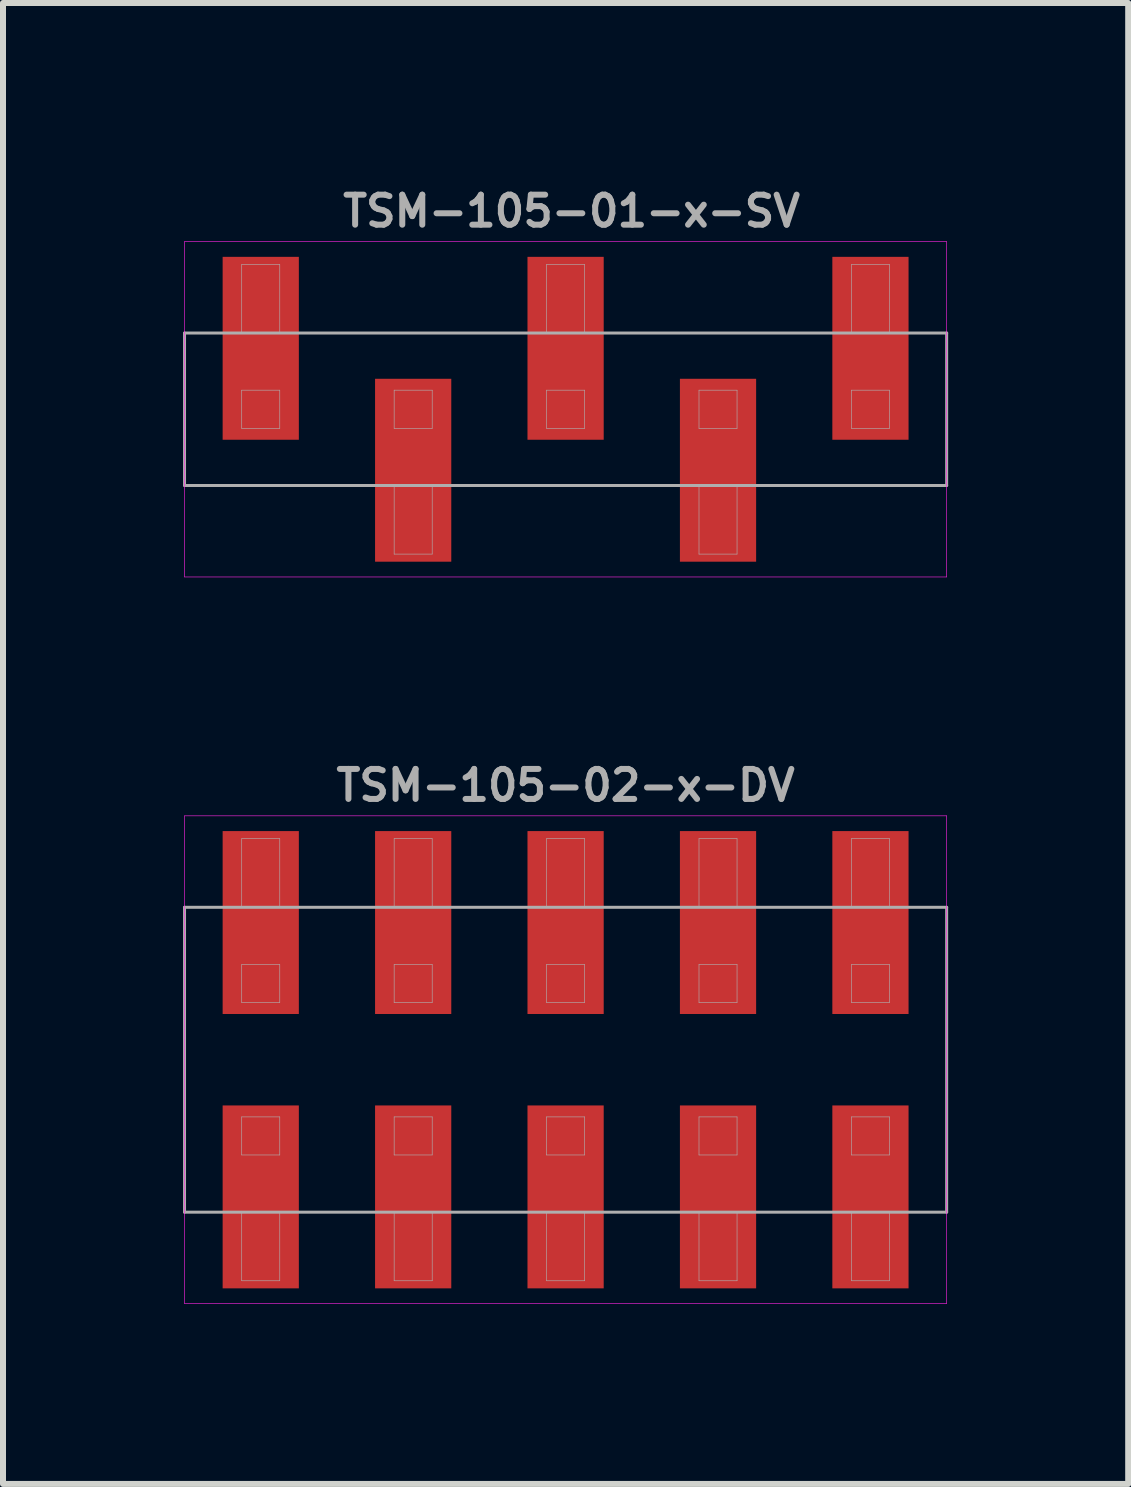
<source format=kicad_pcb>
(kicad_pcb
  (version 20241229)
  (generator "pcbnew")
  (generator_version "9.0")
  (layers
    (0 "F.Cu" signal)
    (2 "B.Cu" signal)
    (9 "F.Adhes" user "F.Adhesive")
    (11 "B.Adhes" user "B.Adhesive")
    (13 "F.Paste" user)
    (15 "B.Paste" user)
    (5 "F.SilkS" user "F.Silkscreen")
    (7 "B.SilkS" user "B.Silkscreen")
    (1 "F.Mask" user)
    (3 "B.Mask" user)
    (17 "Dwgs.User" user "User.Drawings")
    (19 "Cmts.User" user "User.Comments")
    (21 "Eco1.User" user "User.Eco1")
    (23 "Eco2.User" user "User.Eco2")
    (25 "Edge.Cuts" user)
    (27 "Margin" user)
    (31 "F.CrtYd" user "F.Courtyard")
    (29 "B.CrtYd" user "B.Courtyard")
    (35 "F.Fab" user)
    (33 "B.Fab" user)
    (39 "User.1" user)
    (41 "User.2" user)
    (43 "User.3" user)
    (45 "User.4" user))
  (footprint "TSM-105-02-x-DV"
    (layer "F.Cu")
    (at 6.375 14.609)
    (property "Reference" "TSM-105-02-x-DV" (at 0 -4.572 0) (layer "F.Fab") (effects (font (size 0.5 0.5) (thickness 0.1))))
    (attr smd)
    (fp_line (start -6.35 -4.064) (end -6.35 4.064) (stroke (width 0.01) (type solid)) (layer "F.CrtYd"))
    (fp_line (start -6.35 4.064) (end 6.35 4.064) (stroke (width 0.01) (type solid)) (layer "F.CrtYd"))
    (fp_line (start 6.35 -4.064) (end -6.35 -4.064) (stroke (width 0.01) (type solid)) (layer "F.CrtYd"))
    (fp_line (start 6.35 4.064) (end 6.35 -4.064) (stroke (width 0.01) (type solid)) (layer "F.CrtYd"))
    (fp_line (start -6.35 -2.54) (end 6.35 -2.54) (stroke (width 0.05) (type solid)) (layer "F.Fab"))
    (fp_line (start -6.35 2.54) (end -6.35 -2.54) (stroke (width 0.05) (type solid)) (layer "F.Fab"))
    (fp_line (start -5.397 -3.683) (end -4.763 -3.683) (stroke (width 0.01) (type solid)) (layer "F.Fab"))
    (fp_line (start -5.397 -2.54) (end -5.397 -3.683) (stroke (width 0.01) (type solid)) (layer "F.Fab"))
    (fp_line (start -5.397 -1.587) (end -5.397 -0.953) (stroke (width 0.01) (type solid)) (layer "F.Fab"))
    (fp_line (start -5.397 -0.953) (end -4.763 -0.953) (stroke (width 0.01) (type solid)) (layer "F.Fab"))
    (fp_line (start -5.397 0.953) (end -5.397 1.587) (stroke (width 0.01) (type solid)) (layer "F.Fab"))
    (fp_line (start -5.397 1.587) (end -4.763 1.587) (stroke (width 0.01) (type solid)) (layer "F.Fab"))
    (fp_line (start -5.397 3.683) (end -5.397 2.54) (stroke (width 0.01) (type solid)) (layer "F.Fab"))
    (fp_line (start -4.763 -3.683) (end -4.763 -2.54) (stroke (width 0.01) (type solid)) (layer "F.Fab"))
    (fp_line (start -4.763 -1.587) (end -5.397 -1.587) (stroke (width 0.01) (type solid)) (layer "F.Fab"))
    (fp_line (start -4.763 -0.953) (end -4.763 -1.587) (stroke (width 0.01) (type solid)) (layer "F.Fab"))
    (fp_line (start -4.763 0.953) (end -5.397 0.953) (stroke (width 0.01) (type solid)) (layer "F.Fab"))
    (fp_line (start -4.763 1.587) (end -4.763 0.953) (stroke (width 0.01) (type solid)) (layer "F.Fab"))
    (fp_line (start -4.763 2.54) (end -4.763 3.683) (stroke (width 0.01) (type solid)) (layer "F.Fab"))
    (fp_line (start -4.763 3.683) (end -5.397 3.683) (stroke (width 0.01) (type solid)) (layer "F.Fab"))
    (fp_line (start -2.857 -3.683) (end -2.223 -3.683) (stroke (width 0.01) (type solid)) (layer "F.Fab"))
    (fp_line (start -2.857 -2.54) (end -2.857 -3.683) (stroke (width 0.01) (type solid)) (layer "F.Fab"))
    (fp_line (start -2.857 -1.587) (end -2.857 -0.953) (stroke (width 0.01) (type solid)) (layer "F.Fab"))
    (fp_line (start -2.857 -0.953) (end -2.223 -0.953) (stroke (width 0.01) (type solid)) (layer "F.Fab"))
    (fp_line (start -2.857 0.953) (end -2.857 1.587) (stroke (width 0.01) (type solid)) (layer "F.Fab"))
    (fp_line (start -2.857 1.587) (end -2.223 1.587) (stroke (width 0.01) (type solid)) (layer "F.Fab"))
    (fp_line (start -2.857 3.683) (end -2.857 2.54) (stroke (width 0.01) (type solid)) (layer "F.Fab"))
    (fp_line (start -2.223 -3.683) (end -2.223 -2.54) (stroke (width 0.01) (type solid)) (layer "F.Fab"))
    (fp_line (start -2.223 -1.587) (end -2.857 -1.587) (stroke (width 0.01) (type solid)) (layer "F.Fab"))
    (fp_line (start -2.223 -0.953) (end -2.223 -1.587) (stroke (width 0.01) (type solid)) (layer "F.Fab"))
    (fp_line (start -2.223 0.953) (end -2.857 0.953) (stroke (width 0.01) (type solid)) (layer "F.Fab"))
    (fp_line (start -2.223 1.587) (end -2.223 0.953) (stroke (width 0.01) (type solid)) (layer "F.Fab"))
    (fp_line (start -2.223 2.54) (end -2.223 3.683) (stroke (width 0.01) (type solid)) (layer "F.Fab"))
    (fp_line (start -2.223 3.683) (end -2.857 3.683) (stroke (width 0.01) (type solid)) (layer "F.Fab"))
    (fp_line (start -0.318 -3.683) (end 0.318 -3.683) (stroke (width 0.01) (type solid)) (layer "F.Fab"))
    (fp_line (start -0.318 -2.54) (end -0.318 -3.683) (stroke (width 0.01) (type solid)) (layer "F.Fab"))
    (fp_line (start -0.318 -1.587) (end -0.318 -0.953) (stroke (width 0.01) (type solid)) (layer "F.Fab"))
    (fp_line (start -0.318 -0.953) (end 0.318 -0.953) (stroke (width 0.01) (type solid)) (layer "F.Fab"))
    (fp_line (start -0.318 0.953) (end -0.318 1.587) (stroke (width 0.01) (type solid)) (layer "F.Fab"))
    (fp_line (start -0.318 1.587) (end 0.318 1.587) (stroke (width 0.01) (type solid)) (layer "F.Fab"))
    (fp_line (start -0.318 3.683) (end -0.318 2.54) (stroke (width 0.01) (type solid)) (layer "F.Fab"))
    (fp_line (start 0.318 -3.683) (end 0.318 -2.54) (stroke (width 0.01) (type solid)) (layer "F.Fab"))
    (fp_line (start 0.318 -1.587) (end -0.318 -1.587) (stroke (width 0.01) (type solid)) (layer "F.Fab"))
    (fp_line (start 0.318 -0.953) (end 0.318 -1.587) (stroke (width 0.01) (type solid)) (layer "F.Fab"))
    (fp_line (start 0.318 0.953) (end -0.318 0.953) (stroke (width 0.01) (type solid)) (layer "F.Fab"))
    (fp_line (start 0.318 1.587) (end 0.318 0.953) (stroke (width 0.01) (type solid)) (layer "F.Fab"))
    (fp_line (start 0.318 2.54) (end 0.318 3.683) (stroke (width 0.01) (type solid)) (layer "F.Fab"))
    (fp_line (start 0.318 3.683) (end -0.318 3.683) (stroke (width 0.01) (type solid)) (layer "F.Fab"))
    (fp_line (start 2.223 -3.683) (end 2.857 -3.683) (stroke (width 0.01) (type solid)) (layer "F.Fab"))
    (fp_line (start 2.223 -2.54) (end 2.223 -3.683) (stroke (width 0.01) (type solid)) (layer "F.Fab"))
    (fp_line (start 2.223 -1.587) (end 2.223 -0.953) (stroke (width 0.01) (type solid)) (layer "F.Fab"))
    (fp_line (start 2.223 -0.953) (end 2.857 -0.953) (stroke (width 0.01) (type solid)) (layer "F.Fab"))
    (fp_line (start 2.223 0.953) (end 2.223 1.587) (stroke (width 0.01) (type solid)) (layer "F.Fab"))
    (fp_line (start 2.223 1.587) (end 2.857 1.587) (stroke (width 0.01) (type solid)) (layer "F.Fab"))
    (fp_line (start 2.223 3.683) (end 2.223 2.54) (stroke (width 0.01) (type solid)) (layer "F.Fab"))
    (fp_line (start 2.857 -3.683) (end 2.857 -2.54) (stroke (width 0.01) (type solid)) (layer "F.Fab"))
    (fp_line (start 2.857 -1.587) (end 2.223 -1.587) (stroke (width 0.01) (type solid)) (layer "F.Fab"))
    (fp_line (start 2.857 -0.953) (end 2.857 -1.587) (stroke (width 0.01) (type solid)) (layer "F.Fab"))
    (fp_line (start 2.857 0.953) (end 2.223 0.953) (stroke (width 0.01) (type solid)) (layer "F.Fab"))
    (fp_line (start 2.857 1.587) (end 2.857 0.953) (stroke (width 0.01) (type solid)) (layer "F.Fab"))
    (fp_line (start 2.857 2.54) (end 2.857 3.683) (stroke (width 0.01) (type solid)) (layer "F.Fab"))
    (fp_line (start 2.857 3.683) (end 2.223 3.683) (stroke (width 0.01) (type solid)) (layer "F.Fab"))
    (fp_line (start 4.763 -3.683) (end 5.397 -3.683) (stroke (width 0.01) (type solid)) (layer "F.Fab"))
    (fp_line (start 4.763 -2.54) (end 4.763 -3.683) (stroke (width 0.01) (type solid)) (layer "F.Fab"))
    (fp_line (start 4.763 -1.587) (end 4.763 -0.953) (stroke (width 0.01) (type solid)) (layer "F.Fab"))
    (fp_line (start 4.763 -0.953) (end 5.397 -0.953) (stroke (width 0.01) (type solid)) (layer "F.Fab"))
    (fp_line (start 4.763 0.953) (end 4.763 1.587) (stroke (width 0.01) (type solid)) (layer "F.Fab"))
    (fp_line (start 4.763 1.587) (end 5.397 1.587) (stroke (width 0.01) (type solid)) (layer "F.Fab"))
    (fp_line (start 4.763 3.683) (end 4.763 2.54) (stroke (width 0.01) (type solid)) (layer "F.Fab"))
    (fp_line (start 5.397 -3.683) (end 5.397 -2.54) (stroke (width 0.01) (type solid)) (layer "F.Fab"))
    (fp_line (start 5.397 -1.587) (end 4.763 -1.587) (stroke (width 0.01) (type solid)) (layer "F.Fab"))
    (fp_line (start 5.397 -0.953) (end 5.397 -1.587) (stroke (width 0.01) (type solid)) (layer "F.Fab"))
    (fp_line (start 5.397 0.953) (end 4.763 0.953) (stroke (width 0.01) (type solid)) (layer "F.Fab"))
    (fp_line (start 5.397 1.587) (end 5.397 0.953) (stroke (width 0.01) (type solid)) (layer "F.Fab"))
    (fp_line (start 5.397 2.54) (end 5.397 3.683) (stroke (width 0.01) (type solid)) (layer "F.Fab"))
    (fp_line (start 5.397 3.683) (end 4.763 3.683) (stroke (width 0.01) (type solid)) (layer "F.Fab"))
    (fp_line (start 6.35 -2.54) (end 6.35 2.54) (stroke (width 0.05) (type solid)) (layer "F.Fab"))
    (fp_line (start 6.35 2.54) (end -6.35 2.54) (stroke (width 0.05) (type solid)) (layer "F.Fab"))
    (pad "1" smd rect (at -5.08 2.286) (size 1.27 3.048) (layers "F.Cu" "F.Mask" "F.Paste"))
    (pad "2" smd rect (at -5.08 -2.286) (size 1.27 3.048) (layers "F.Cu" "F.Mask" "F.Paste"))
    (pad "3" smd rect (at -2.54 2.286) (size 1.27 3.048) (layers "F.Cu" "F.Mask" "F.Paste"))
    (pad "4" smd rect (at -2.54 -2.286) (size 1.27 3.048) (layers "F.Cu" "F.Mask" "F.Paste"))
    (pad "5" smd rect (at 0 2.286) (size 1.27 3.048) (layers "F.Cu" "F.Mask" "F.Paste"))
    (pad "6" smd rect (at 0 -2.286) (size 1.27 3.048) (layers "F.Cu" "F.Mask" "F.Paste"))
    (pad "7" smd rect (at 2.54 2.286) (size 1.27 3.048) (layers "F.Cu" "F.Mask" "F.Paste"))
    (pad "8" smd rect (at 2.54 -2.286) (size 1.27 3.048) (layers "F.Cu" "F.Mask" "F.Paste"))
    (pad "9" smd rect (at 5.08 2.286) (size 1.27 3.048) (layers "F.Cu" "F.Mask" "F.Paste"))
    (pad "10" smd rect (at 5.08 -2.286) (size 1.27 3.048) (layers "F.Cu" "F.Mask" "F.Paste")))
  (footprint "TSM-105-01-x-SV"
    (layer "F.Cu")
    (at 6.375 3.77)
    (property "Reference" "TSM-105-01-x-SV" (at 0.1 -3.302 0) (layer "F.Fab") (effects (font (size 0.5 0.5) (thickness 0.1))))
    (attr smd)
    (fp_line (start -6.35 -2.794) (end -6.35 2.794) (stroke (width 0.01) (type solid)) (layer "F.CrtYd"))
    (fp_line (start -6.35 2.794) (end 6.35 2.794) (stroke (width 0.01) (type solid)) (layer "F.CrtYd"))
    (fp_line (start 6.35 -2.794) (end -6.35 -2.794) (stroke (width 0.01) (type solid)) (layer "F.CrtYd"))
    (fp_line (start 6.35 2.794) (end 6.35 -2.794) (stroke (width 0.01) (type solid)) (layer "F.CrtYd"))
    (fp_line (start -6.35 -1.27) (end -6.35 1.27) (stroke (width 0.05) (type solid)) (layer "F.Fab"))
    (fp_line (start -6.35 1.27) (end 6.35 1.27) (stroke (width 0.05) (type solid)) (layer "F.Fab"))
    (fp_line (start -5.397 -2.413) (end -4.763 -2.413) (stroke (width 0.01) (type solid)) (layer "F.Fab"))
    (fp_line (start -5.397 -1.27) (end -5.397 -2.413) (stroke (width 0.01) (type solid)) (layer "F.Fab"))
    (fp_line (start -5.397 -0.318) (end -5.397 0.318) (stroke (width 0.01) (type solid)) (layer "F.Fab"))
    (fp_line (start -5.397 0.318) (end -4.763 0.318) (stroke (width 0.01) (type solid)) (layer "F.Fab"))
    (fp_line (start -4.763 -2.413) (end -4.763 -1.27) (stroke (width 0.01) (type solid)) (layer "F.Fab"))
    (fp_line (start -4.763 -0.318) (end -5.397 -0.318) (stroke (width 0.01) (type solid)) (layer "F.Fab"))
    (fp_line (start -4.763 0.318) (end -4.763 -0.318) (stroke (width 0.01) (type solid)) (layer "F.Fab"))
    (fp_line (start -2.857 -0.318) (end -2.857 0.318) (stroke (width 0.01) (type solid)) (layer "F.Fab"))
    (fp_line (start -2.857 0.318) (end -2.223 0.318) (stroke (width 0.01) (type solid)) (layer "F.Fab"))
    (fp_line (start -2.857 2.413) (end -2.857 1.27) (stroke (width 0.01) (type solid)) (layer "F.Fab"))
    (fp_line (start -2.223 -0.318) (end -2.857 -0.318) (stroke (width 0.01) (type solid)) (layer "F.Fab"))
    (fp_line (start -2.223 0.318) (end -2.223 -0.318) (stroke (width 0.01) (type solid)) (layer "F.Fab"))
    (fp_line (start -2.223 1.27) (end -2.223 2.413) (stroke (width 0.01) (type solid)) (layer "F.Fab"))
    (fp_line (start -2.223 2.413) (end -2.857 2.413) (stroke (width 0.01) (type solid)) (layer "F.Fab"))
    (fp_line (start -0.318 -2.413) (end 0.318 -2.413) (stroke (width 0.01) (type solid)) (layer "F.Fab"))
    (fp_line (start -0.318 -1.27) (end -0.318 -2.413) (stroke (width 0.01) (type solid)) (layer "F.Fab"))
    (fp_line (start -0.318 -0.318) (end -0.318 0.318) (stroke (width 0.01) (type solid)) (layer "F.Fab"))
    (fp_line (start -0.318 0.318) (end 0.318 0.318) (stroke (width 0.01) (type solid)) (layer "F.Fab"))
    (fp_line (start 0.318 -2.413) (end 0.318 -1.27) (stroke (width 0.01) (type solid)) (layer "F.Fab"))
    (fp_line (start 0.318 -0.318) (end -0.318 -0.318) (stroke (width 0.01) (type solid)) (layer "F.Fab"))
    (fp_line (start 0.318 0.318) (end 0.318 -0.318) (stroke (width 0.01) (type solid)) (layer "F.Fab"))
    (fp_line (start 2.223 -0.318) (end 2.223 0.318) (stroke (width 0.01) (type solid)) (layer "F.Fab"))
    (fp_line (start 2.223 0.318) (end 2.857 0.318) (stroke (width 0.01) (type solid)) (layer "F.Fab"))
    (fp_line (start 2.223 2.413) (end 2.223 1.27) (stroke (width 0.01) (type solid)) (layer "F.Fab"))
    (fp_line (start 2.857 -0.318) (end 2.223 -0.318) (stroke (width 0.01) (type solid)) (layer "F.Fab"))
    (fp_line (start 2.857 0.318) (end 2.857 -0.318) (stroke (width 0.01) (type solid)) (layer "F.Fab"))
    (fp_line (start 2.857 1.27) (end 2.857 2.413) (stroke (width 0.01) (type solid)) (layer "F.Fab"))
    (fp_line (start 2.857 2.413) (end 2.223 2.413) (stroke (width 0.01) (type solid)) (layer "F.Fab"))
    (fp_line (start 4.763 -2.413) (end 5.397 -2.413) (stroke (width 0.01) (type solid)) (layer "F.Fab"))
    (fp_line (start 4.763 -1.27) (end 4.763 -2.413) (stroke (width 0.01) (type solid)) (layer "F.Fab"))
    (fp_line (start 4.763 -0.318) (end 4.763 0.318) (stroke (width 0.01) (type solid)) (layer "F.Fab"))
    (fp_line (start 4.763 0.318) (end 5.397 0.318) (stroke (width 0.01) (type solid)) (layer "F.Fab"))
    (fp_line (start 5.397 -2.413) (end 5.397 -1.27) (stroke (width 0.01) (type solid)) (layer "F.Fab"))
    (fp_line (start 5.397 -0.318) (end 4.763 -0.318) (stroke (width 0.01) (type solid)) (layer "F.Fab"))
    (fp_line (start 5.397 0.318) (end 5.397 -0.318) (stroke (width 0.01) (type solid)) (layer "F.Fab"))
    (fp_line (start 6.35 -1.27) (end -6.35 -1.27) (stroke (width 0.05) (type solid)) (layer "F.Fab"))
    (fp_line (start 6.35 1.27) (end 6.35 -1.27) (stroke (width 0.05) (type solid)) (layer "F.Fab"))
    (pad "1" smd rect (at -5.08 -1.016) (size 1.27 3.048) (layers "F.Cu" "F.Mask" "F.Paste"))
    (pad "2" smd rect (at -2.54 1.016) (size 1.27 3.048) (layers "F.Cu" "F.Mask" "F.Paste"))
    (pad "3" smd rect (at 0 -1.016) (size 1.27 3.048) (layers "F.Cu" "F.Mask" "F.Paste"))
    (pad "4" smd rect (at 2.54 1.016) (size 1.27 3.048) (layers "F.Cu" "F.Mask" "F.Paste"))
    (pad "5" smd rect (at 5.08 -1.016) (size 1.27 3.048) (layers "F.Cu" "F.Mask" "F.Paste")))
  (gr_rect
    (start -3 -3)
    (end 15.75 21.678)
    (stroke (width 0.1) (type default))
    (fill no)
    (layer "Edge.Cuts")))
</source>
